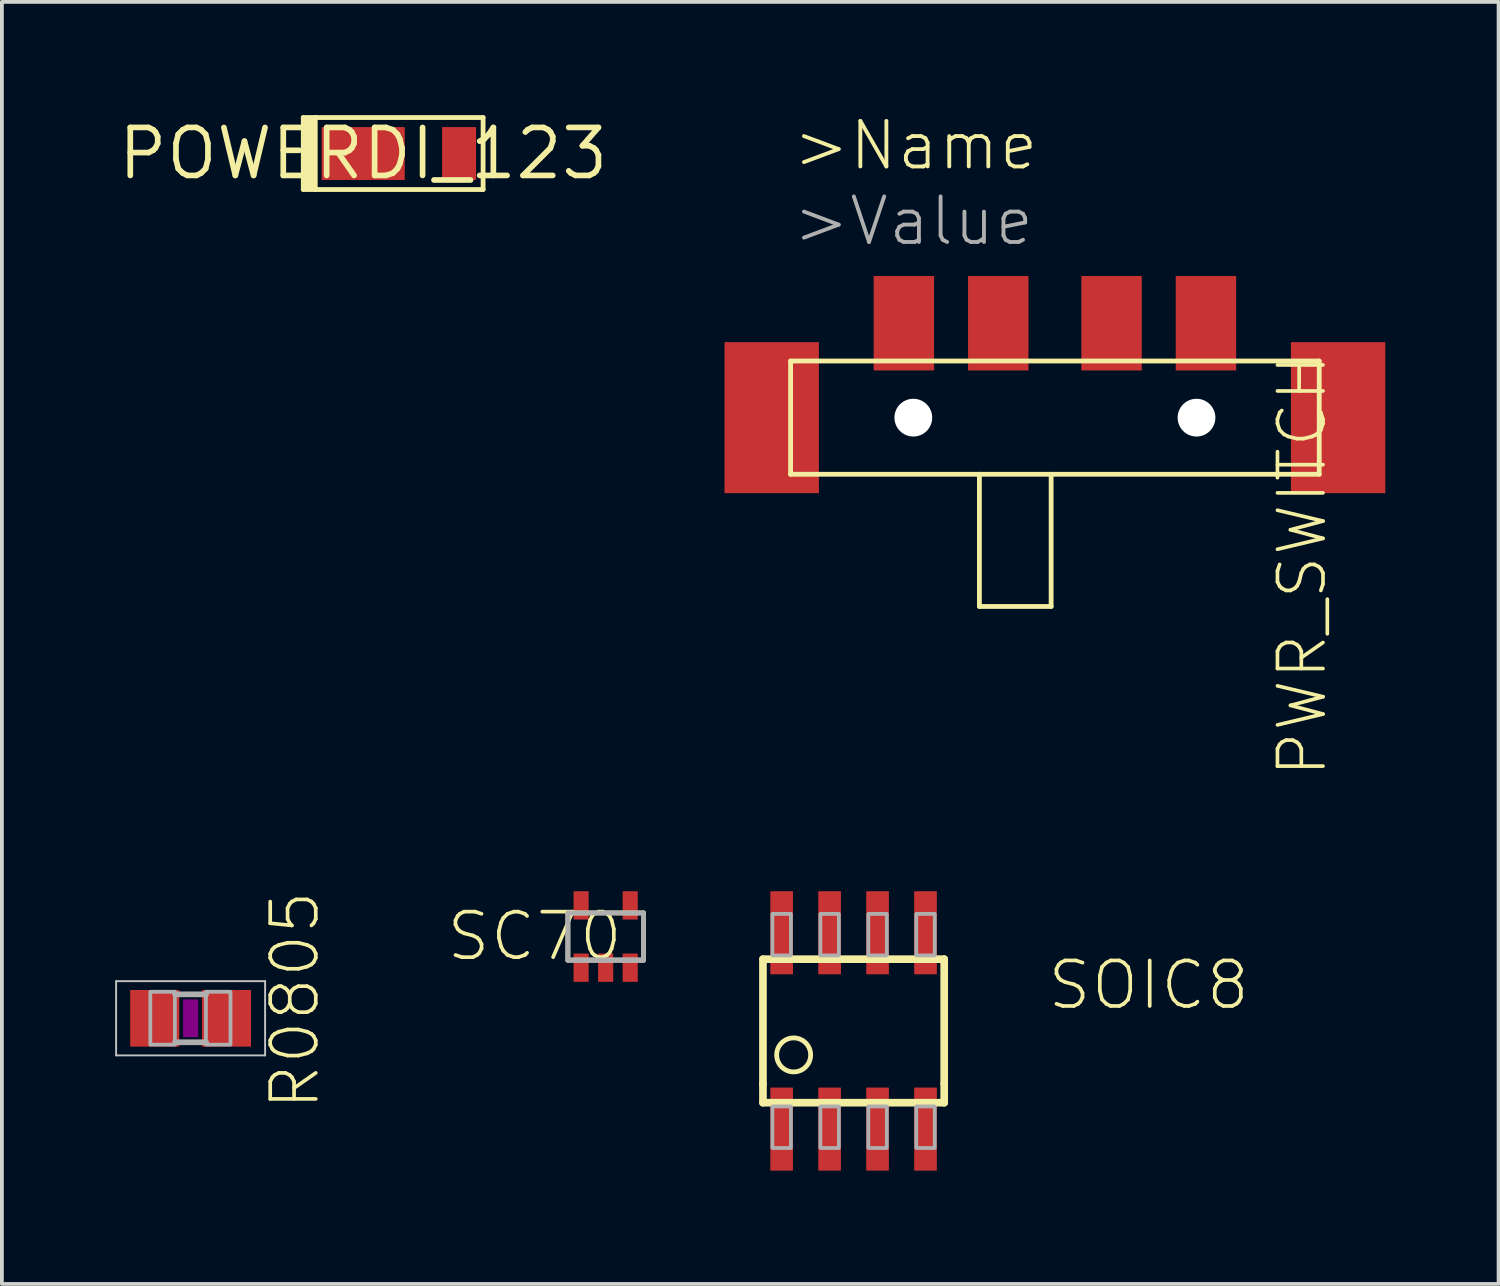
<source format=kicad_pcb>
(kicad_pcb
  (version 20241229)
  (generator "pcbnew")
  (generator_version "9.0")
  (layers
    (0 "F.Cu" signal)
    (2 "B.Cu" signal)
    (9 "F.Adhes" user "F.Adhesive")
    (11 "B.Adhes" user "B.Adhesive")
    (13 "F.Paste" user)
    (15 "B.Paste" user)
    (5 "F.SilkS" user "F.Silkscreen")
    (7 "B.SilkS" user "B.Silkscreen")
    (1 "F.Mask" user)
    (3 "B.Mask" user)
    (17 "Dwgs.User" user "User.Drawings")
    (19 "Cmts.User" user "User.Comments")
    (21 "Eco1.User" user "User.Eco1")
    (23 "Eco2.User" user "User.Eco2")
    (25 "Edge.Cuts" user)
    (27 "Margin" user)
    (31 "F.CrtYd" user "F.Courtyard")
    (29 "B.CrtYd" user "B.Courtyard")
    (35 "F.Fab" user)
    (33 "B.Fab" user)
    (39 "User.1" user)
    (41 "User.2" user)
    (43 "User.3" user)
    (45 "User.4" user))
  (footprint "POWERDI_123"
    (layer "F.Cu")
    (at 6.569 1.016)
    (property "Reference" "POWERDI_123" (at 0 0 0) (layer "F.SilkS") (effects (font (size 1.27 1.27) (thickness 0.15))))
    (attr through_hole)
    (fp_line (start -1.587 -0.953) (end -1.587 0.953) (stroke (width 0.127) (type solid)) (layer "F.SilkS"))
    (fp_line (start -1.587 0.953) (end -1.27 0.953) (stroke (width 0.127) (type solid)) (layer "F.SilkS"))
    (fp_line (start -1.27 -0.953) (end -1.587 -0.953) (stroke (width 0.127) (type solid)) (layer "F.SilkS"))
    (fp_line (start -1.27 -0.953) (end -1.27 0.953) (stroke (width 0.127) (type solid)) (layer "F.SilkS"))
    (fp_line (start -1.27 -0.953) (end 3.175 -0.953) (stroke (width 0.127) (type solid)) (layer "F.SilkS"))
    (fp_line (start -1.27 0.953) (end 3.175 0.953) (stroke (width 0.127) (type solid)) (layer "F.SilkS"))
    (fp_line (start 3.175 0.953) (end 3.175 -0.953) (stroke (width 0.127) (type solid)) (layer "F.SilkS"))
    (fp_poly (pts (xy -1.587 0.953) (xy -1.27 0.953) (xy -1.27 -0.953) (xy -1.587 -0.953)) (stroke (width 0) (type solid)) (fill yes) (layer "F.SilkS"))
    (pad "1" smd rect (at 2.54 0 180) (size 0.9 1.4) (layers "F.Cu" "F.Mask" "F.Paste"))
    (pad "2" smd rect (at 0 0 90) (size 1.4 2.2) (layers "F.Cu" "F.Mask" "F.Paste")))
  (footprint "SC70"
    (layer "F.Cu")
    (at 12.99 21.753)
    (property "Reference" "SC70" (at -4.27 0.699 0) (layer "F.SilkS") (effects (font (size 1.206 1.206) (thickness 0.097)) (justify left bottom)))
    (attr through_hole)
    (fp_line (start -1 -0.625) (end 1 -0.625) (stroke (width 0.127) (type solid)) (layer "F.SilkS"))
    (fp_line (start -1 0.625) (end -1 -0.625) (stroke (width 0.127) (type solid)) (layer "F.SilkS"))
    (fp_line (start -1 0.625) (end 1 0.625) (stroke (width 0.127) (type solid)) (layer "F.SilkS"))
    (fp_line (start 1 -0.625) (end 1 0.625) (stroke (width 0.127) (type solid)) (layer "F.SilkS"))
    (fp_poly (pts (xy -0.85 -0.45) (xy -0.45 -0.45) (xy -0.45 -1.2) (xy -0.85 -1.2)) (stroke (width 0) (type solid)) (fill yes) (layer "F.Paste"))
    (fp_poly (pts (xy -0.838 1.168) (xy -0.508 1.168) (xy -0.508 0.483) (xy -0.838 0.483)) (stroke (width 0) (type solid)) (fill yes) (layer "F.Paste"))
    (fp_poly (pts (xy -0.165 1.168) (xy 0.165 1.168) (xy 0.165 0.483) (xy -0.165 0.483)) (stroke (width 0) (type solid)) (fill yes) (layer "F.Paste"))
    (fp_poly (pts (xy 0.45 -0.45) (xy 0.85 -0.45) (xy 0.85 -1.2) (xy 0.45 -1.2)) (stroke (width 0) (type solid)) (fill yes) (layer "F.Paste"))
    (fp_poly (pts (xy 0.508 1.168) (xy 0.838 1.168) (xy 0.838 0.483) (xy 0.508 0.483)) (stroke (width 0) (type solid)) (fill yes) (layer "F.Paste"))
    (fp_line (start -1 -0.625) (end 1 -0.625) (stroke (width 0.127) (type solid)) (layer "F.Fab"))
    (fp_line (start -1 0.625) (end -1 -0.625) (stroke (width 0.127) (type solid)) (layer "F.Fab"))
    (fp_line (start -1 0.625) (end 1 0.625) (stroke (width 0.127) (type solid)) (layer "F.Fab"))
    (fp_line (start -1 0.625) (end 1 0.625) (stroke (width 0.127) (type solid)) (layer "F.Fab"))
    (fp_line (start 1 -0.625) (end 1 0.625) (stroke (width 0.127) (type solid)) (layer "F.Fab"))
    (pad "1" smd rect (at -0.65 0.825) (size 0.4 0.75) (layers "F.Cu" "F.Mask"))
    (pad "2" smd rect (at 0 0.825) (size 0.4 0.75) (layers "F.Cu" "F.Mask"))
    (pad "3" smd rect (at 0.65 0.825) (size 0.4 0.75) (layers "F.Cu" "F.Mask"))
    (pad "4" smd rect (at 0.65 -0.825) (size 0.4 0.75) (layers "F.Cu" "F.Mask"))
    (pad "5" smd rect (at -0.65 -0.825) (size 0.4 0.75) (layers "F.Cu" "F.Mask")))
  (footprint "R0805"
    (layer "F.Cu")
    (at 1.998 23.918)
    (property "Reference" "R0805" (at 3.467 2.486 90) (layer "F.SilkS") (effects (font (size 1.206 1.206) (thickness 0.097)) (justify left bottom)))
    (attr through_hole)
    (fp_poly (pts (xy -0.2 0.5) (xy 0.2 0.5) (xy 0.2 -0.5) (xy -0.2 -0.5)) (stroke (width 0) (type solid)) (fill yes) (layer "F.Adhes"))
    (fp_line (start -1.973 -0.983) (end 1.973 -0.983) (stroke (width 0.051) (type solid)) (layer "Dwgs.User"))
    (fp_line (start -1.973 0.983) (end -1.973 -0.983) (stroke (width 0.051) (type solid)) (layer "Dwgs.User"))
    (fp_line (start 1.973 -0.983) (end 1.973 0.983) (stroke (width 0.051) (type solid)) (layer "Dwgs.User"))
    (fp_line (start 1.973 0.983) (end -1.973 0.983) (stroke (width 0.051) (type solid)) (layer "Dwgs.User"))
    (fp_line (start -0.41 -0.635) (end 0.41 -0.635) (stroke (width 0.152) (type solid)) (layer "F.Fab"))
    (fp_line (start -0.41 0.635) (end 0.41 0.635) (stroke (width 0.152) (type solid)) (layer "F.Fab"))
    (fp_poly (pts (xy -1.067 0.699) (xy -0.417 0.699) (xy -0.417 -0.702) (xy -1.067 -0.702)) (stroke (width 0.1) (type solid)) (fill no) (layer "F.Fab"))
    (fp_poly (pts (xy 0.406 0.699) (xy 1.056 0.699) (xy 1.056 -0.702) (xy 0.406 -0.702)) (stroke (width 0.1) (type solid)) (fill no) (layer "F.Fab"))
    (pad "1" smd rect (at -0.95 0) (size 1.3 1.5) (layers "F.Cu" "F.Mask" "F.Paste"))
    (pad "2" smd rect (at 0.95 0) (size 1.3 1.5) (layers "F.Cu" "F.Mask" "F.Paste")))
  (footprint "PWR_SWITCH"
    (layer "F.Cu")
    (at 24.888 9.511)
    (property "Reference" "PWR_SWITCH" (at 6.547 2.416 270) (layer "F.SilkS") (effects (font (size 1.206 1.206) (thickness 0.097))))
    (attr through_hole)
    (fp_line (start 7.6 -1.5) (end 7.6 -1.4) (stroke (width 0.127) (type solid)) (layer "F.Cu"))
    (fp_line (start -7 -3) (end -7 0) (stroke (width 0.127) (type solid)) (layer "F.SilkS"))
    (fp_line (start -7 0) (end -2 0) (stroke (width 0.127) (type solid)) (layer "F.SilkS"))
    (fp_line (start -2 0) (end -2 3.5) (stroke (width 0.127) (type solid)) (layer "F.SilkS"))
    (fp_line (start -2 0) (end -0.1 0) (stroke (width 0.127) (type solid)) (layer "F.SilkS"))
    (fp_line (start -2 3.5) (end -0.1 3.5) (stroke (width 0.127) (type solid)) (layer "F.SilkS"))
    (fp_line (start -0.1 0) (end 7 0) (stroke (width 0.127) (type solid)) (layer "F.SilkS"))
    (fp_line (start -0.1 3.5) (end -0.1 0) (stroke (width 0.127) (type solid)) (layer "F.SilkS"))
    (fp_line (start 7 -3) (end -7 -3) (stroke (width 0.127) (type solid)) (layer "F.SilkS"))
    (fp_line (start 7 0) (end 7 -3) (stroke (width 0.127) (type solid)) (layer "F.SilkS"))
    (fp_text user ">Name" (at -7 -8 0) (layer "F.SilkS") (effects (font (size 1.206 1.206) (thickness 0.102)) (justify left bottom)))
    (fp_text user ">Value" (at -7 -6 0) (layer "F.Fab") (effects (font (size 1.206 1.206) (thickness 0.102)) (justify left bottom)))
    (pad "" np_thru_hole circle (at -3.75 -1.5) (size 1 1) (drill 1) (layers "*.Cu" "*.Mask"))
    (pad "" np_thru_hole circle (at 3.75 -1.5) (size 1 1) (drill 1) (layers "*.Cu" "*.Mask"))
    (pad "1" smd rect (at -4 -4 90) (size 2.5 1.6) (layers "F.Cu" "F.Mask" "F.Paste"))
    (pad "2" smd rect (at 4 -4 90) (size 2.5 1.6) (layers "F.Cu" "F.Mask" "F.Paste"))
    (pad "COM1" smd rect (at -1.5 -4 90) (size 2.5 1.6) (layers "F.Cu" "F.Mask" "F.Paste"))
    (pad "COM2" smd rect (at 1.5 -4 90) (size 2.5 1.6) (layers "F.Cu" "F.Mask" "F.Paste"))
    (pad "NC1" smd rect (at -7.5 -1.5 90) (size 4 2.5) (layers "F.Cu" "F.Mask" "F.Paste"))
    (pad "NC2" smd rect (at 7.5 -1.5 90) (size 4 2.5) (layers "F.Cu" "F.Mask" "F.Paste")))
  (footprint "SOIC8"
    (layer "F.Cu")
    (at 19.556 24.253)
    (property "Reference" "SOIC8" (at 5.08 -0.508 0) (layer "F.SilkS") (effects (font (size 1.206 1.206) (thickness 0.097)) (justify left bottom)))
    (attr through_hole)
    (fp_line (start -2.4 -1.9) (end 2.4 -1.9) (stroke (width 0.203) (type solid)) (layer "F.SilkS"))
    (fp_line (start -2.4 1.4) (end -2.4 -1.9) (stroke (width 0.203) (type solid)) (layer "F.SilkS"))
    (fp_line (start -2.4 1.9) (end -2.4 1.4) (stroke (width 0.203) (type solid)) (layer "F.SilkS"))
    (fp_line (start 2.4 -1.9) (end 2.4 1.4) (stroke (width 0.203) (type solid)) (layer "F.SilkS"))
    (fp_line (start 2.4 1.4) (end 2.4 1.9) (stroke (width 0.203) (type solid)) (layer "F.SilkS"))
    (fp_line (start 2.4 1.9) (end -2.4 1.9) (stroke (width 0.203) (type solid)) (layer "F.SilkS"))
    (fp_circle (center -1.587 0.635) (end -1.137 0.635) (stroke (width 0.127) (type solid)) (fill no) (layer "F.SilkS"))
    (fp_poly (pts (xy -2.15 -2) (xy -1.66 -2) (xy -1.66 -3.1) (xy -2.15 -3.1)) (stroke (width 0.1) (type solid)) (fill no) (layer "F.Fab"))
    (fp_poly (pts (xy -2.15 3.1) (xy -1.66 3.1) (xy -1.66 2) (xy -2.15 2)) (stroke (width 0.1) (type solid)) (fill no) (layer "F.Fab"))
    (fp_poly (pts (xy -0.88 -2) (xy -0.39 -2) (xy -0.39 -3.1) (xy -0.88 -3.1)) (stroke (width 0.1) (type solid)) (fill no) (layer "F.Fab"))
    (fp_poly (pts (xy -0.88 3.1) (xy -0.39 3.1) (xy -0.39 2) (xy -0.88 2)) (stroke (width 0.1) (type solid)) (fill no) (layer "F.Fab"))
    (fp_poly (pts (xy 0.39 -2) (xy 0.88 -2) (xy 0.88 -3.1) (xy 0.39 -3.1)) (stroke (width 0.1) (type solid)) (fill no) (layer "F.Fab"))
    (fp_poly (pts (xy 0.39 3.1) (xy 0.88 3.1) (xy 0.88 2) (xy 0.39 2)) (stroke (width 0.1) (type solid)) (fill no) (layer "F.Fab"))
    (fp_poly (pts (xy 1.66 -2) (xy 2.15 -2) (xy 2.15 -3.1) (xy 1.66 -3.1)) (stroke (width 0.1) (type solid)) (fill no) (layer "F.Fab"))
    (fp_poly (pts (xy 1.66 3.1) (xy 2.15 3.1) (xy 2.15 2) (xy 1.66 2)) (stroke (width 0.1) (type solid)) (fill no) (layer "F.Fab"))
    (pad "1" smd rect (at -1.905 2.6) (size 0.6 2.2) (layers "F.Cu" "F.Mask" "F.Paste"))
    (pad "2" smd rect (at -0.635 2.6) (size 0.6 2.2) (layers "F.Cu" "F.Mask" "F.Paste"))
    (pad "3" smd rect (at 0.635 2.6) (size 0.6 2.2) (layers "F.Cu" "F.Mask" "F.Paste"))
    (pad "4" smd rect (at 1.905 2.6) (size 0.6 2.2) (layers "F.Cu" "F.Mask" "F.Paste"))
    (pad "5" smd rect (at 1.905 -2.6) (size 0.6 2.2) (layers "F.Cu" "F.Mask" "F.Paste"))
    (pad "6" smd rect (at 0.635 -2.6) (size 0.6 2.2) (layers "F.Cu" "F.Mask" "F.Paste"))
    (pad "7" smd rect (at -0.635 -2.6) (size 0.6 2.2) (layers "F.Cu" "F.Mask" "F.Paste"))
    (pad "8" smd rect (at -1.905 -2.6) (size 0.6 2.2) (layers "F.Cu" "F.Mask" "F.Paste")))
  (gr_rect
    (start -3 -3)
    (end 36.638 30.953)
    (stroke (width 0.1) (type default))
    (fill no)
    (layer "Edge.Cuts")))
</source>
